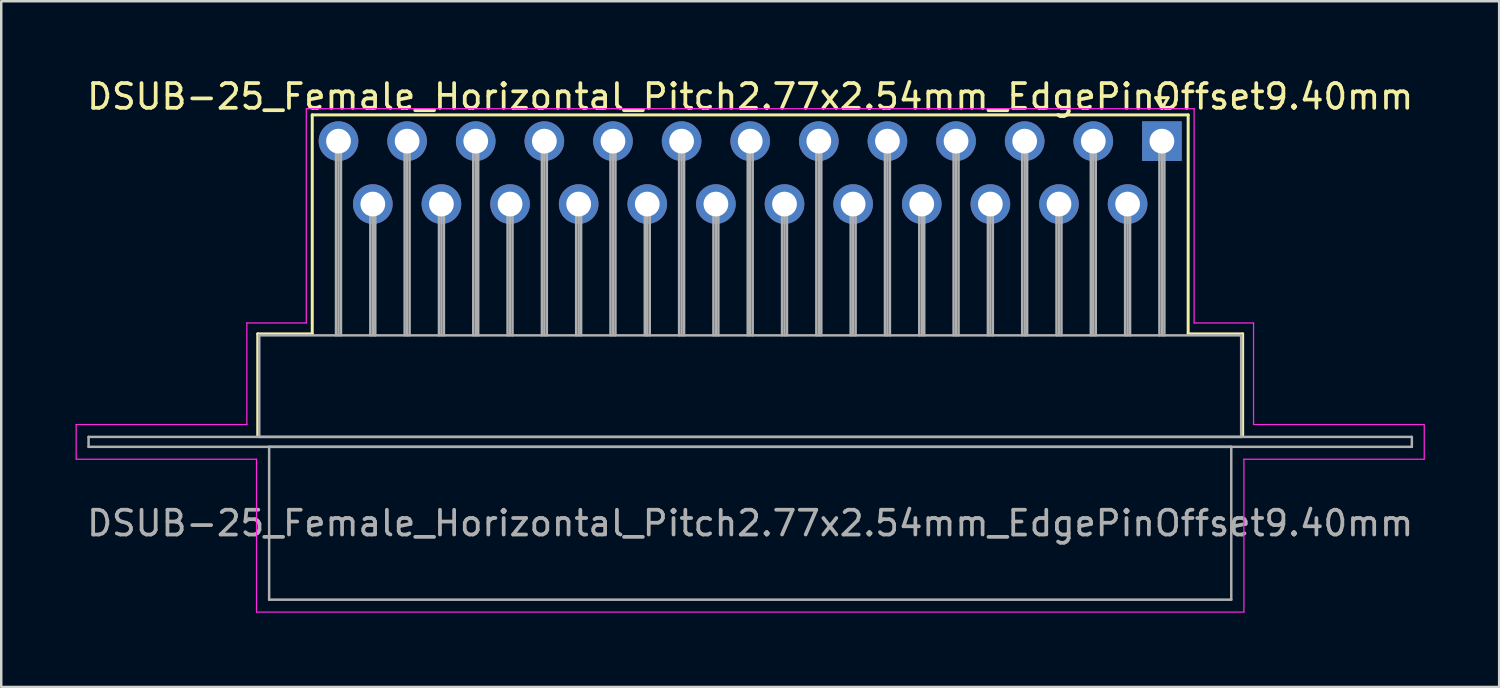
<source format=kicad_pcb>
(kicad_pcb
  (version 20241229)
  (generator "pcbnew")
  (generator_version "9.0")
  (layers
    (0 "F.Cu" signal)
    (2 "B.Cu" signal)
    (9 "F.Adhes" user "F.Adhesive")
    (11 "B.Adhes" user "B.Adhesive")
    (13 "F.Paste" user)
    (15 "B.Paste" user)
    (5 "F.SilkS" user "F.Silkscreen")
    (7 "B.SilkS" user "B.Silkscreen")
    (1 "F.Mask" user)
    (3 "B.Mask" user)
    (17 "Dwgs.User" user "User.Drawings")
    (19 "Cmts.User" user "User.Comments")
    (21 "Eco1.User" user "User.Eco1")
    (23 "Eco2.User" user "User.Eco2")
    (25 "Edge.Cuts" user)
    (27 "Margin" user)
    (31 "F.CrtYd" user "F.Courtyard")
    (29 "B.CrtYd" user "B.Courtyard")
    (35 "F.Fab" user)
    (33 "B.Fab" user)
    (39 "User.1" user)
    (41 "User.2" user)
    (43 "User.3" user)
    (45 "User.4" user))
  (footprint "DSUB-25_Female_Horizontal_Pitch2.77x2.54mm_EdgePinOffset9.40mm"
    (layer "F.Cu")
    (at 43.855 2.648)
    (property "Reference" "DSUB-25_Female_Horizontal_Pitch2.77x2.54mm_EdgePinOffset9.40mm" (at -16.62 -1.8 0) (layer "F.SilkS") (effects (font (size 1 1) (thickness 0.15))))
    (attr through_hole)
    (fp_line (start -36.5 7.78) (end -34.3 7.78) (stroke (width 0.12) (type solid)) (layer "F.SilkS"))
    (fp_line (start -36.5 11.88) (end -36.5 7.78) (stroke (width 0.12) (type solid)) (layer "F.SilkS"))
    (fp_line (start -34.3 -1.06) (end 1.06 -1.06) (stroke (width 0.12) (type solid)) (layer "F.SilkS"))
    (fp_line (start -34.3 7.78) (end -34.3 -1.06) (stroke (width 0.12) (type solid)) (layer "F.SilkS"))
    (fp_line (start -0.25 -1.754) (end 0.25 -1.754) (stroke (width 0.12) (type solid)) (layer "F.SilkS"))
    (fp_line (start 0 -1.321) (end -0.25 -1.754) (stroke (width 0.12) (type solid)) (layer "F.SilkS"))
    (fp_line (start 0.25 -1.754) (end 0 -1.321) (stroke (width 0.12) (type solid)) (layer "F.SilkS"))
    (fp_line (start 1.06 -1.06) (end 1.06 7.78) (stroke (width 0.12) (type solid)) (layer "F.SilkS"))
    (fp_line (start 1.06 7.78) (end 3.26 7.78) (stroke (width 0.12) (type solid)) (layer "F.SilkS"))
    (fp_line (start 3.26 7.78) (end 3.26 11.88) (stroke (width 0.12) (type solid)) (layer "F.SilkS"))
    (fp_line (start -43.83 11.44) (end -36.94 11.44) (stroke (width 0.05) (type solid)) (layer "F.CrtYd"))
    (fp_line (start -43.83 12.84) (end -43.83 11.44) (stroke (width 0.05) (type solid)) (layer "F.CrtYd"))
    (fp_line (start -36.94 7.34) (end -34.54 7.34) (stroke (width 0.05) (type solid)) (layer "F.CrtYd"))
    (fp_line (start -36.94 11.44) (end -36.94 7.34) (stroke (width 0.05) (type solid)) (layer "F.CrtYd"))
    (fp_line (start -36.55 12.84) (end -43.83 12.84) (stroke (width 0.05) (type solid)) (layer "F.CrtYd"))
    (fp_line (start -36.55 19.01) (end -36.55 12.84) (stroke (width 0.05) (type solid)) (layer "F.CrtYd"))
    (fp_line (start -34.54 -1.31) (end 1.3 -1.31) (stroke (width 0.05) (type solid)) (layer "F.CrtYd"))
    (fp_line (start -34.54 7.34) (end -34.54 -1.31) (stroke (width 0.05) (type solid)) (layer "F.CrtYd"))
    (fp_line (start 1.3 -1.31) (end 1.3 7.34) (stroke (width 0.05) (type solid)) (layer "F.CrtYd"))
    (fp_line (start 1.3 7.34) (end 3.7 7.34) (stroke (width 0.05) (type solid)) (layer "F.CrtYd"))
    (fp_line (start 3.31 12.84) (end 3.31 19.01) (stroke (width 0.05) (type solid)) (layer "F.CrtYd"))
    (fp_line (start 3.31 19.01) (end -36.55 19.01) (stroke (width 0.05) (type solid)) (layer "F.CrtYd"))
    (fp_line (start 3.7 7.34) (end 3.7 11.44) (stroke (width 0.05) (type solid)) (layer "F.CrtYd"))
    (fp_line (start 3.7 11.44) (end 10.59 11.44) (stroke (width 0.05) (type solid)) (layer "F.CrtYd"))
    (fp_line (start 10.59 11.44) (end 10.59 12.84) (stroke (width 0.05) (type solid)) (layer "F.CrtYd"))
    (fp_line (start 10.59 12.84) (end 3.31 12.84) (stroke (width 0.05) (type solid)) (layer "F.CrtYd"))
    (fp_line (start -43.33 11.94) (end -43.33 12.34) (stroke (width 0.1) (type solid)) (layer "F.Fab"))
    (fp_line (start -43.33 12.34) (end 10.09 12.34) (stroke (width 0.1) (type solid)) (layer "F.Fab"))
    (fp_line (start -36.44 7.84) (end -36.44 11.94) (stroke (width 0.1) (type solid)) (layer "F.Fab"))
    (fp_line (start -36.44 11.94) (end 3.2 11.94) (stroke (width 0.1) (type solid)) (layer "F.Fab"))
    (fp_line (start -36.04 12.34) (end -36.04 18.51) (stroke (width 0.1) (type solid)) (layer "F.Fab"))
    (fp_line (start -36.04 18.51) (end 2.8 18.51) (stroke (width 0.1) (type solid)) (layer "F.Fab"))
    (fp_line (start -33.34 0) (end -33.34 7.84) (stroke (width 0.1) (type solid)) (layer "F.Fab"))
    (fp_line (start -33.24 0) (end -33.24 7.84) (stroke (width 0.1) (type solid)) (layer "F.Fab"))
    (fp_line (start -33.14 0) (end -33.14 7.84) (stroke (width 0.1) (type solid)) (layer "F.Fab"))
    (fp_line (start -31.955 2.54) (end -31.955 7.84) (stroke (width 0.1) (type solid)) (layer "F.Fab"))
    (fp_line (start -31.855 2.54) (end -31.855 7.84) (stroke (width 0.1) (type solid)) (layer "F.Fab"))
    (fp_line (start -31.755 2.54) (end -31.755 7.84) (stroke (width 0.1) (type solid)) (layer "F.Fab"))
    (fp_line (start -30.57 0) (end -30.57 7.84) (stroke (width 0.1) (type solid)) (layer "F.Fab"))
    (fp_line (start -30.47 0) (end -30.47 7.84) (stroke (width 0.1) (type solid)) (layer "F.Fab"))
    (fp_line (start -30.37 0) (end -30.37 7.84) (stroke (width 0.1) (type solid)) (layer "F.Fab"))
    (fp_line (start -29.185 2.54) (end -29.185 7.84) (stroke (width 0.1) (type solid)) (layer "F.Fab"))
    (fp_line (start -29.085 2.54) (end -29.085 7.84) (stroke (width 0.1) (type solid)) (layer "F.Fab"))
    (fp_line (start -28.985 2.54) (end -28.985 7.84) (stroke (width 0.1) (type solid)) (layer "F.Fab"))
    (fp_line (start -27.8 0) (end -27.8 7.84) (stroke (width 0.1) (type solid)) (layer "F.Fab"))
    (fp_line (start -27.7 0) (end -27.7 7.84) (stroke (width 0.1) (type solid)) (layer "F.Fab"))
    (fp_line (start -27.6 0) (end -27.6 7.84) (stroke (width 0.1) (type solid)) (layer "F.Fab"))
    (fp_line (start -26.415 2.54) (end -26.415 7.84) (stroke (width 0.1) (type solid)) (layer "F.Fab"))
    (fp_line (start -26.315 2.54) (end -26.315 7.84) (stroke (width 0.1) (type solid)) (layer "F.Fab"))
    (fp_line (start -26.215 2.54) (end -26.215 7.84) (stroke (width 0.1) (type solid)) (layer "F.Fab"))
    (fp_line (start -25.03 0) (end -25.03 7.84) (stroke (width 0.1) (type solid)) (layer "F.Fab"))
    (fp_line (start -24.93 0) (end -24.93 7.84) (stroke (width 0.1) (type solid)) (layer "F.Fab"))
    (fp_line (start -24.83 0) (end -24.83 7.84) (stroke (width 0.1) (type solid)) (layer "F.Fab"))
    (fp_line (start -23.645 2.54) (end -23.645 7.84) (stroke (width 0.1) (type solid)) (layer "F.Fab"))
    (fp_line (start -23.545 2.54) (end -23.545 7.84) (stroke (width 0.1) (type solid)) (layer "F.Fab"))
    (fp_line (start -23.445 2.54) (end -23.445 7.84) (stroke (width 0.1) (type solid)) (layer "F.Fab"))
    (fp_line (start -22.26 0) (end -22.26 7.84) (stroke (width 0.1) (type solid)) (layer "F.Fab"))
    (fp_line (start -22.16 0) (end -22.16 7.84) (stroke (width 0.1) (type solid)) (layer "F.Fab"))
    (fp_line (start -22.06 0) (end -22.06 7.84) (stroke (width 0.1) (type solid)) (layer "F.Fab"))
    (fp_line (start -20.875 2.54) (end -20.875 7.84) (stroke (width 0.1) (type solid)) (layer "F.Fab"))
    (fp_line (start -20.775 2.54) (end -20.775 7.84) (stroke (width 0.1) (type solid)) (layer "F.Fab"))
    (fp_line (start -20.675 2.54) (end -20.675 7.84) (stroke (width 0.1) (type solid)) (layer "F.Fab"))
    (fp_line (start -19.49 0) (end -19.49 7.84) (stroke (width 0.1) (type solid)) (layer "F.Fab"))
    (fp_line (start -19.39 0) (end -19.39 7.84) (stroke (width 0.1) (type solid)) (layer "F.Fab"))
    (fp_line (start -19.29 0) (end -19.29 7.84) (stroke (width 0.1) (type solid)) (layer "F.Fab"))
    (fp_line (start -18.105 2.54) (end -18.105 7.84) (stroke (width 0.1) (type solid)) (layer "F.Fab"))
    (fp_line (start -18.005 2.54) (end -18.005 7.84) (stroke (width 0.1) (type solid)) (layer "F.Fab"))
    (fp_line (start -17.905 2.54) (end -17.905 7.84) (stroke (width 0.1) (type solid)) (layer "F.Fab"))
    (fp_line (start -16.72 0) (end -16.72 7.84) (stroke (width 0.1) (type solid)) (layer "F.Fab"))
    (fp_line (start -16.62 0) (end -16.62 7.84) (stroke (width 0.1) (type solid)) (layer "F.Fab"))
    (fp_line (start -16.52 0) (end -16.52 7.84) (stroke (width 0.1) (type solid)) (layer "F.Fab"))
    (fp_line (start -15.335 2.54) (end -15.335 7.84) (stroke (width 0.1) (type solid)) (layer "F.Fab"))
    (fp_line (start -15.235 2.54) (end -15.235 7.84) (stroke (width 0.1) (type solid)) (layer "F.Fab"))
    (fp_line (start -15.135 2.54) (end -15.135 7.84) (stroke (width 0.1) (type solid)) (layer "F.Fab"))
    (fp_line (start -13.95 0) (end -13.95 7.84) (stroke (width 0.1) (type solid)) (layer "F.Fab"))
    (fp_line (start -13.85 0) (end -13.85 7.84) (stroke (width 0.1) (type solid)) (layer "F.Fab"))
    (fp_line (start -13.75 0) (end -13.75 7.84) (stroke (width 0.1) (type solid)) (layer "F.Fab"))
    (fp_line (start -12.565 2.54) (end -12.565 7.84) (stroke (width 0.1) (type solid)) (layer "F.Fab"))
    (fp_line (start -12.465 2.54) (end -12.465 7.84) (stroke (width 0.1) (type solid)) (layer "F.Fab"))
    (fp_line (start -12.365 2.54) (end -12.365 7.84) (stroke (width 0.1) (type solid)) (layer "F.Fab"))
    (fp_line (start -11.18 0) (end -11.18 7.84) (stroke (width 0.1) (type solid)) (layer "F.Fab"))
    (fp_line (start -11.08 0) (end -11.08 7.84) (stroke (width 0.1) (type solid)) (layer "F.Fab"))
    (fp_line (start -10.98 0) (end -10.98 7.84) (stroke (width 0.1) (type solid)) (layer "F.Fab"))
    (fp_line (start -9.795 2.54) (end -9.795 7.84) (stroke (width 0.1) (type solid)) (layer "F.Fab"))
    (fp_line (start -9.695 2.54) (end -9.695 7.84) (stroke (width 0.1) (type solid)) (layer "F.Fab"))
    (fp_line (start -9.595 2.54) (end -9.595 7.84) (stroke (width 0.1) (type solid)) (layer "F.Fab"))
    (fp_line (start -8.41 0) (end -8.41 7.84) (stroke (width 0.1) (type solid)) (layer "F.Fab"))
    (fp_line (start -8.31 0) (end -8.31 7.84) (stroke (width 0.1) (type solid)) (layer "F.Fab"))
    (fp_line (start -8.21 0) (end -8.21 7.84) (stroke (width 0.1) (type solid)) (layer "F.Fab"))
    (fp_line (start -7.025 2.54) (end -7.025 7.84) (stroke (width 0.1) (type solid)) (layer "F.Fab"))
    (fp_line (start -6.925 2.54) (end -6.925 7.84) (stroke (width 0.1) (type solid)) (layer "F.Fab"))
    (fp_line (start -6.825 2.54) (end -6.825 7.84) (stroke (width 0.1) (type solid)) (layer "F.Fab"))
    (fp_line (start -5.64 0) (end -5.64 7.84) (stroke (width 0.1) (type solid)) (layer "F.Fab"))
    (fp_line (start -5.54 0) (end -5.54 7.84) (stroke (width 0.1) (type solid)) (layer "F.Fab"))
    (fp_line (start -5.44 0) (end -5.44 7.84) (stroke (width 0.1) (type solid)) (layer "F.Fab"))
    (fp_line (start -4.255 2.54) (end -4.255 7.84) (stroke (width 0.1) (type solid)) (layer "F.Fab"))
    (fp_line (start -4.155 2.54) (end -4.155 7.84) (stroke (width 0.1) (type solid)) (layer "F.Fab"))
    (fp_line (start -4.055 2.54) (end -4.055 7.84) (stroke (width 0.1) (type solid)) (layer "F.Fab"))
    (fp_line (start -2.87 0) (end -2.87 7.84) (stroke (width 0.1) (type solid)) (layer "F.Fab"))
    (fp_line (start -2.77 0) (end -2.77 7.84) (stroke (width 0.1) (type solid)) (layer "F.Fab"))
    (fp_line (start -2.67 0) (end -2.67 7.84) (stroke (width 0.1) (type solid)) (layer "F.Fab"))
    (fp_line (start -1.485 2.54) (end -1.485 7.84) (stroke (width 0.1) (type solid)) (layer "F.Fab"))
    (fp_line (start -1.385 2.54) (end -1.385 7.84) (stroke (width 0.1) (type solid)) (layer "F.Fab"))
    (fp_line (start -1.285 2.54) (end -1.285 7.84) (stroke (width 0.1) (type solid)) (layer "F.Fab"))
    (fp_line (start -0.1 0) (end -0.1 7.84) (stroke (width 0.1) (type solid)) (layer "F.Fab"))
    (fp_line (start 0 0) (end 0 7.84) (stroke (width 0.1) (type solid)) (layer "F.Fab"))
    (fp_line (start 0.1 0) (end 0.1 7.84) (stroke (width 0.1) (type solid)) (layer "F.Fab"))
    (fp_line (start 2.8 12.34) (end -36.04 12.34) (stroke (width 0.1) (type solid)) (layer "F.Fab"))
    (fp_line (start 2.8 18.51) (end 2.8 12.34) (stroke (width 0.1) (type solid)) (layer "F.Fab"))
    (fp_line (start 3.2 7.84) (end -36.44 7.84) (stroke (width 0.1) (type solid)) (layer "F.Fab"))
    (fp_line (start 3.2 11.94) (end 3.2 7.84) (stroke (width 0.1) (type solid)) (layer "F.Fab"))
    (fp_line (start 10.09 11.94) (end -43.33 11.94) (stroke (width 0.1) (type solid)) (layer "F.Fab"))
    (fp_line (start 10.09 12.34) (end 10.09 11.94) (stroke (width 0.1) (type solid)) (layer "F.Fab"))
    (fp_text user "${REFERENCE}" (at -16.62 15.425 0) (layer "F.Fab") (effects (font (size 1 1) (thickness 0.15))))
    (pad "1" thru_hole rect (at 0 0) (size 1.6 1.6) (drill 1) (layers "*.Cu" "*.Mask"))
    (pad "2" thru_hole circle (at -2.77 0) (size 1.6 1.6) (drill 1) (layers "*.Cu" "*.Mask"))
    (pad "3" thru_hole circle (at -5.54 0) (size 1.6 1.6) (drill 1) (layers "*.Cu" "*.Mask"))
    (pad "4" thru_hole circle (at -8.31 0) (size 1.6 1.6) (drill 1) (layers "*.Cu" "*.Mask"))
    (pad "5" thru_hole circle (at -11.08 0) (size 1.6 1.6) (drill 1) (layers "*.Cu" "*.Mask"))
    (pad "6" thru_hole circle (at -13.85 0) (size 1.6 1.6) (drill 1) (layers "*.Cu" "*.Mask"))
    (pad "7" thru_hole circle (at -16.62 0) (size 1.6 1.6) (drill 1) (layers "*.Cu" "*.Mask"))
    (pad "8" thru_hole circle (at -19.39 0) (size 1.6 1.6) (drill 1) (layers "*.Cu" "*.Mask"))
    (pad "9" thru_hole circle (at -22.16 0) (size 1.6 1.6) (drill 1) (layers "*.Cu" "*.Mask"))
    (pad "10" thru_hole circle (at -24.93 0) (size 1.6 1.6) (drill 1) (layers "*.Cu" "*.Mask"))
    (pad "11" thru_hole circle (at -27.7 0) (size 1.6 1.6) (drill 1) (layers "*.Cu" "*.Mask"))
    (pad "12" thru_hole circle (at -30.47 0) (size 1.6 1.6) (drill 1) (layers "*.Cu" "*.Mask"))
    (pad "13" thru_hole circle (at -33.24 0) (size 1.6 1.6) (drill 1) (layers "*.Cu" "*.Mask"))
    (pad "14" thru_hole circle (at -1.385 2.54) (size 1.6 1.6) (drill 1) (layers "*.Cu" "*.Mask"))
    (pad "15" thru_hole circle (at -4.155 2.54) (size 1.6 1.6) (drill 1) (layers "*.Cu" "*.Mask"))
    (pad "16" thru_hole circle (at -6.925 2.54) (size 1.6 1.6) (drill 1) (layers "*.Cu" "*.Mask"))
    (pad "17" thru_hole circle (at -9.695 2.54) (size 1.6 1.6) (drill 1) (layers "*.Cu" "*.Mask"))
    (pad "18" thru_hole circle (at -12.465 2.54) (size 1.6 1.6) (drill 1) (layers "*.Cu" "*.Mask"))
    (pad "19" thru_hole circle (at -15.235 2.54) (size 1.6 1.6) (drill 1) (layers "*.Cu" "*.Mask"))
    (pad "20" thru_hole circle (at -18.005 2.54) (size 1.6 1.6) (drill 1) (layers "*.Cu" "*.Mask"))
    (pad "21" thru_hole circle (at -20.775 2.54) (size 1.6 1.6) (drill 1) (layers "*.Cu" "*.Mask"))
    (pad "22" thru_hole circle (at -23.545 2.54) (size 1.6 1.6) (drill 1) (layers "*.Cu" "*.Mask"))
    (pad "23" thru_hole circle (at -26.315 2.54) (size 1.6 1.6) (drill 1) (layers "*.Cu" "*.Mask"))
    (pad "24" thru_hole circle (at -29.085 2.54) (size 1.6 1.6) (drill 1) (layers "*.Cu" "*.Mask"))
    (pad "25" thru_hole circle (at -31.855 2.54) (size 1.6 1.6) (drill 1) (layers "*.Cu" "*.Mask")))
  (gr_rect
    (start -3 -3)
    (end 57.47 24.683)
    (stroke (width 0.1) (type default))
    (fill no)
    (layer "Edge.Cuts")))
</source>
